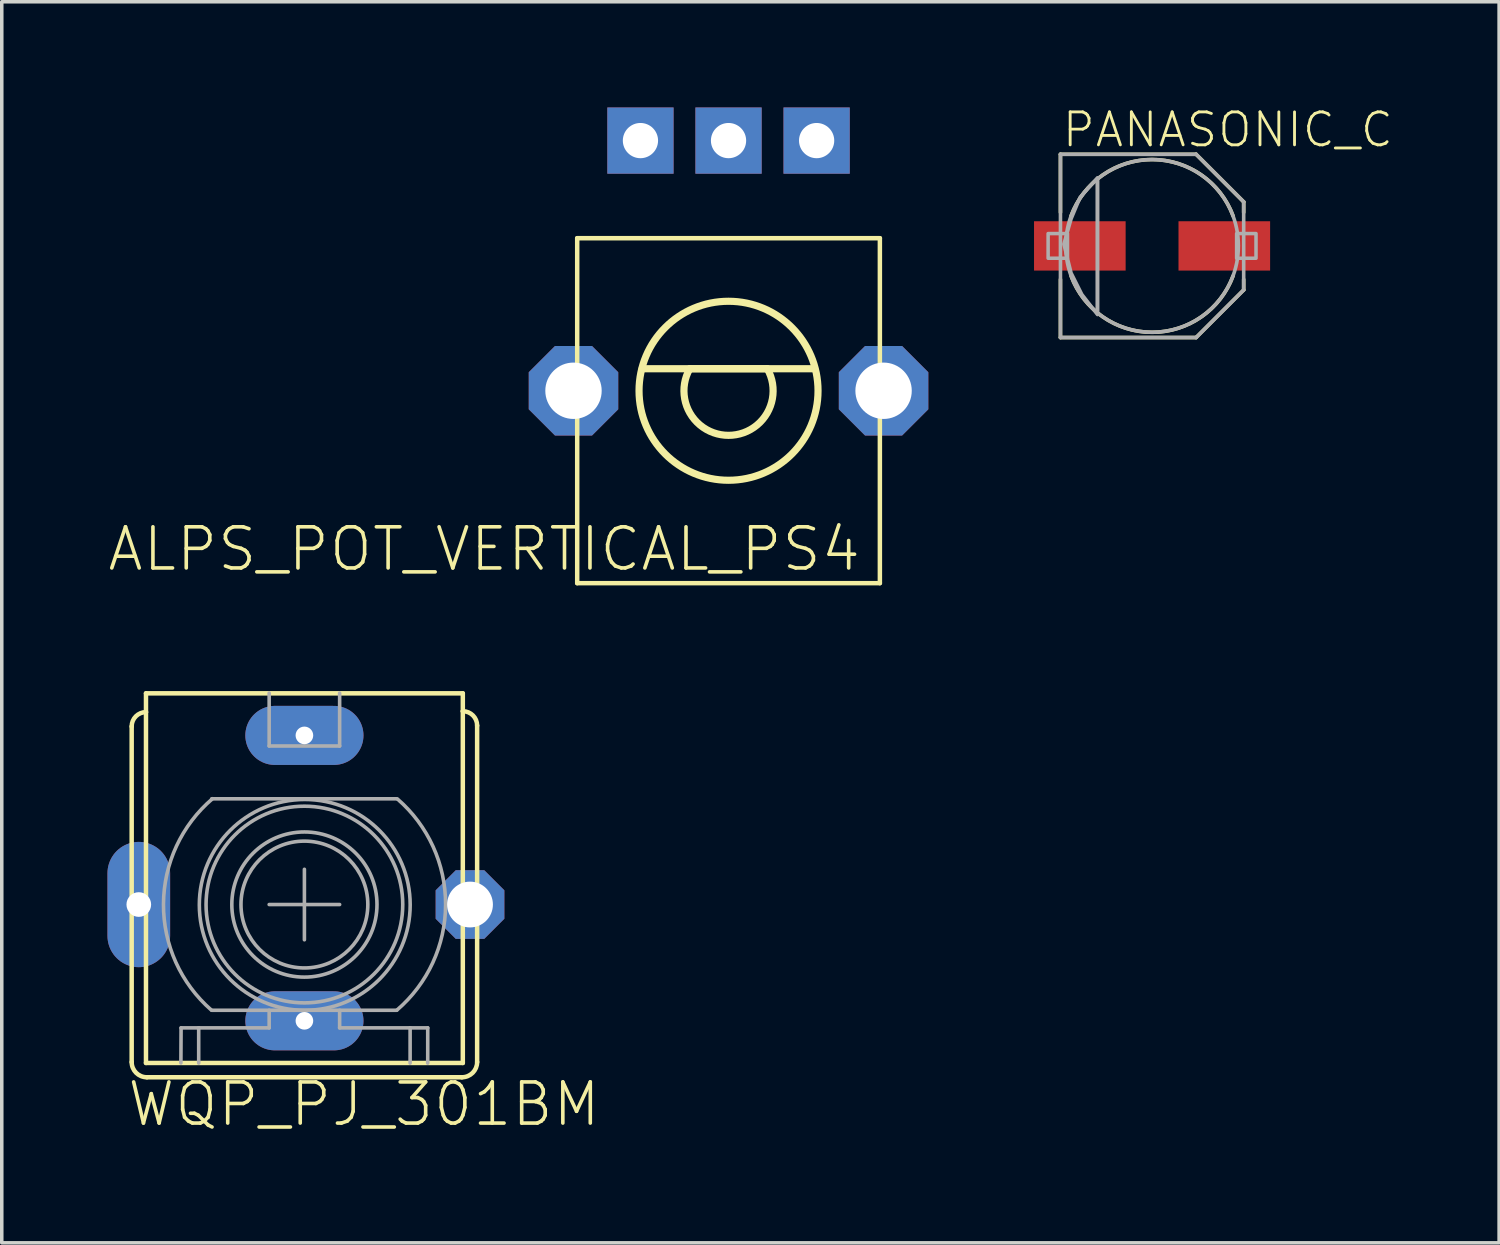
<source format=kicad_pcb>
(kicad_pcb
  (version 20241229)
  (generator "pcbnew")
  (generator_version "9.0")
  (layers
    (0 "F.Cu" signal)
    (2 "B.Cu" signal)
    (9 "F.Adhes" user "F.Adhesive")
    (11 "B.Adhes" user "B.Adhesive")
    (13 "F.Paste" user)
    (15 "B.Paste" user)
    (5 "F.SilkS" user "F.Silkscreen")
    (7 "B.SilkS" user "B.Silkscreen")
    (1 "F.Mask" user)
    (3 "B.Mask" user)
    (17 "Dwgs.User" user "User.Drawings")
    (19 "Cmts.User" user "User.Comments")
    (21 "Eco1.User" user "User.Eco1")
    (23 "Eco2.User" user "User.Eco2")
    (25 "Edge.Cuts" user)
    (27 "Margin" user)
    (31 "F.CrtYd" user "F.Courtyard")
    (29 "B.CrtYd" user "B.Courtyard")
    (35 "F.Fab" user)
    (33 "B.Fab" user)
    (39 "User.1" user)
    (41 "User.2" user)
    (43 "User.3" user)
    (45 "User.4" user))
  (footprint "PANASONIC_C"
    (layer "F.Cu")
    (at 29.646 3.929)
    (property "Reference" "PANASONIC_C" (at -2.6 -2.75 0) (layer "F.SilkS") (effects (font (size 0.935 0.935) (thickness 0.081)) (justify left bottom)))
    (fp_line (start -2.6 -2.6) (end 1.25 -2.6) (stroke (width 0.102) (type solid)) (layer "F.SilkS"))
    (fp_line (start -2.6 -0.95) (end -2.6 -2.6) (stroke (width 0.102) (type solid)) (layer "F.SilkS"))
    (fp_line (start -2.6 2.6) (end -2.6 0.95) (stroke (width 0.102) (type solid)) (layer "F.SilkS"))
    (fp_line (start 1.25 -2.6) (end 2.6 -1.25) (stroke (width 0.102) (type solid)) (layer "F.SilkS"))
    (fp_line (start 1.25 2.6) (end -2.6 2.6) (stroke (width 0.102) (type solid)) (layer "F.SilkS"))
    (fp_line (start 2.6 -1.25) (end 2.6 -0.95) (stroke (width 0.102) (type solid)) (layer "F.SilkS"))
    (fp_line (start 2.6 0.95) (end 2.6 1.25) (stroke (width 0.102) (type solid)) (layer "F.SilkS"))
    (fp_line (start 2.6 1.25) (end 1.25 2.6) (stroke (width 0.102) (type solid)) (layer "F.SilkS"))
    (fp_arc (start -2.3 -0.85) (mid 0 -2.45204) (end 2.3 -0.85) (stroke (width 0.1016) (type solid)) (layer "F.SilkS"))
    (fp_arc (start 2.3 0.85) (mid 0 2.45204) (end -2.3 0.85) (stroke (width 0.1016) (type solid)) (layer "F.SilkS"))
    (fp_line (start -2.6 -2.6) (end 1.25 -2.6) (stroke (width 0.102) (type solid)) (layer "F.Fab"))
    (fp_line (start -2.6 2.6) (end -2.6 -2.6) (stroke (width 0.102) (type solid)) (layer "F.Fab"))
    (fp_line (start -1.55 -1.85) (end -1.55 1.85) (stroke (width 0.102) (type solid)) (layer "F.Fab"))
    (fp_line (start 1.25 -2.6) (end 2.6 -1.25) (stroke (width 0.102) (type solid)) (layer "F.Fab"))
    (fp_line (start 1.25 2.6) (end -2.6 2.6) (stroke (width 0.102) (type solid)) (layer "F.Fab"))
    (fp_line (start 2.6 -1.25) (end 2.6 1.25) (stroke (width 0.102) (type solid)) (layer "F.Fab"))
    (fp_line (start 2.6 1.25) (end 1.25 2.6) (stroke (width 0.102) (type solid)) (layer "F.Fab"))
    (fp_circle (center 0 0) (end 2.45 0) (stroke (width 0.102) (type solid)) (fill no) (layer "F.Fab"))
    (fp_poly (pts (xy -2.95 0.35) (xy -2.4 0.35) (xy -2.4 -0.35) (xy -2.95 -0.35)) (stroke (width 0.1) (type solid)) (fill no) (layer "F.Fab"))
    (fp_poly (pts (xy 2.4 0.35) (xy 2.95 0.35) (xy 2.95 -0.35) (xy 2.4 -0.35)) (stroke (width 0.1) (type solid)) (fill no) (layer "F.Fab"))
    (fp_poly (pts (xy -1.549 1.948) (xy -1.993 1.377) (xy -2.298 0.768) (xy -2.503 -0.051) (xy -2.298 -0.767) (xy -2.044 -1.377) (xy -1.549 -1.934)) (stroke (width 0.1) (type solid)) (fill no) (layer "F.Fab"))
    (pad "+" smd rect (at 2.05 0) (size 2.6 1.4) (layers "F.Cu" "F.Mask" "F.Paste"))
    (pad "-" smd rect (at -2.05 0) (size 2.6 1.4) (layers "F.Cu" "F.Mask" "F.Paste")))
  (footprint "ALPS_POT_VERTICAL_PS4"
    (layer "F.Cu")
    (at 17.626 8.04)
    (property "Reference" "ALPS_POT_VERTICAL_PS4" (at 3.81 3.81 0) (layer "F.SilkS") (effects (font (size 1.168 1.168) (thickness 0.102)) (justify right top)))
    (fp_line (start -4.295 -4.33) (end 4.295 -4.33) (stroke (width 0.127) (type solid)) (layer "F.SilkS"))
    (fp_line (start -4.295 5.46) (end -4.295 -4.33) (stroke (width 0.127) (type solid)) (layer "F.SilkS"))
    (fp_line (start -2.45 -0.625) (end 2.425 -0.625) (stroke (width 0.203) (type solid)) (layer "F.SilkS"))
    (fp_line (start -1.1 -0.625) (end 1.1 -0.625) (stroke (width 0.203) (type solid)) (layer "F.SilkS"))
    (fp_line (start 4.295 -4.33) (end 4.295 5.46) (stroke (width 0.127) (type solid)) (layer "F.SilkS"))
    (fp_line (start 4.295 5.46) (end -4.295 5.46) (stroke (width 0.127) (type solid)) (layer "F.SilkS"))
    (fp_arc (start 1.1 -0.625) (mid 0 1.265158) (end -1.1 -0.625) (stroke (width 0.2032) (type solid)) (layer "F.SilkS"))
    (fp_circle (center 0 0) (end 2.54 0) (stroke (width 0.203) (type solid)) (fill no) (layer "F.SilkS"))
    (pad "P$1" thru_hole rect (at -2.5 -7.1 270) (size 1.88 1.88) (drill 1) (layers "*.Cu" "*.Mask"))
    (pad "P$2" thru_hole rect (at 0 -7.1 270) (size 1.88 1.88) (drill 1) (layers "*.Cu" "*.Mask"))
    (pad "P$3" thru_hole rect (at 2.5 -7.1 270) (size 1.88 1.88) (drill 1) (layers "*.Cu" "*.Mask"))
    (pad "P$4" thru_hole roundrect (at -4.4 0 270) (size 2.54 2.54) (drill 1.6) (layers "*.Cu" "*.Mask") (roundrect_rratio 0.25) (chamfer_ratio 0.293) (chamfer top_left top_right bottom_left bottom_right))
    (pad "P$5" thru_hole roundrect (at 4.4 0 270) (size 2.54 2.54) (drill 1.6) (layers "*.Cu" "*.Mask") (roundrect_rratio 0.25) (chamfer_ratio 0.293) (chamfer top_left top_right bottom_left bottom_right)))
  (footprint "WQP_PJ_301BM"
    (layer "F.Cu")
    (at 5.589 22.621)
    (property "Reference" "WQP_PJ_301BM" (at -5.08 6.35 0) (layer "F.SilkS") (effects (font (size 1.168 1.168) (thickness 0.102)) (justify left bottom)))
    (fp_line (start -4.902 4.47) (end -4.902 -5.055) (stroke (width 0.127) (type solid)) (layer "F.SilkS"))
    (fp_line (start -4.496 -5.994) (end 4.496 -5.994) (stroke (width 0.127) (type solid)) (layer "F.SilkS"))
    (fp_line (start -4.496 -5.461) (end -4.496 -5.994) (stroke (width 0.127) (type solid)) (layer "F.SilkS"))
    (fp_line (start -4.496 4.496) (end -4.496 -5.461) (stroke (width 0.127) (type solid)) (layer "F.SilkS"))
    (fp_line (start 4.47 4.902) (end -4.47 4.902) (stroke (width 0.127) (type solid)) (layer "F.SilkS"))
    (fp_line (start 4.496 -5.994) (end 4.496 -5.486) (stroke (width 0.127) (type solid)) (layer "F.SilkS"))
    (fp_line (start 4.496 -5.486) (end 4.496 4.496) (stroke (width 0.127) (type solid)) (layer "F.SilkS"))
    (fp_line (start 4.496 4.496) (end -4.496 4.496) (stroke (width 0.127) (type solid)) (layer "F.SilkS"))
    (fp_line (start 4.902 -5.08) (end 4.902 4.47) (stroke (width 0.127) (type solid)) (layer "F.SilkS"))
    (fp_arc (start -4.9022 -5.0546) (mid -4.783168 -5.341968) (end -4.4958 -5.461) (stroke (width 0.127) (type solid)) (layer "F.SilkS"))
    (fp_arc (start -4.4704 4.9022) (mid -4.775729 4.775729) (end -4.9022 4.4704) (stroke (width 0.127) (type solid)) (layer "F.SilkS"))
    (fp_arc (start 4.4958 -5.4864) (mid 4.783168 -5.367368) (end 4.9022 -5.08) (stroke (width 0.127) (type solid)) (layer "F.SilkS"))
    (fp_arc (start 4.9022 4.4704) (mid 4.775729 4.775729) (end 4.4704 4.9022) (stroke (width 0.127) (type solid)) (layer "F.SilkS"))
    (fp_line (start -3.505 4.496) (end -3.5 3.5) (stroke (width 0.102) (type solid)) (layer "F.Fab"))
    (fp_line (start -3.5 3.5) (end -3 3.5) (stroke (width 0.102) (type solid)) (layer "F.Fab"))
    (fp_line (start -3 3.5) (end -3 4.5) (stroke (width 0.102) (type solid)) (layer "F.Fab"))
    (fp_line (start -3 3.5) (end -1 3.5) (stroke (width 0.102) (type solid)) (layer "F.Fab"))
    (fp_line (start -2.631 -3) (end 2.62 -3) (stroke (width 0.102) (type solid)) (layer "F.Fab"))
    (fp_line (start -2.631 3) (end 2.62 3) (stroke (width 0.102) (type solid)) (layer "F.Fab"))
    (fp_line (start -1 -4.5) (end -1 -6) (stroke (width 0.102) (type solid)) (layer "F.Fab"))
    (fp_line (start -1 0) (end 1 0) (stroke (width 0.102) (type solid)) (layer "F.Fab"))
    (fp_line (start -1 3.5) (end -1 3) (stroke (width 0.102) (type solid)) (layer "F.Fab"))
    (fp_line (start 0 -1) (end 0 1) (stroke (width 0.102) (type solid)) (layer "F.Fab"))
    (fp_line (start 1 -6) (end 1 -4.5) (stroke (width 0.102) (type solid)) (layer "F.Fab"))
    (fp_line (start 1 -4.5) (end -1 -4.5) (stroke (width 0.102) (type solid)) (layer "F.Fab"))
    (fp_line (start 1 3) (end 1 3.5) (stroke (width 0.102) (type solid)) (layer "F.Fab"))
    (fp_line (start 1 3.5) (end 3 3.5) (stroke (width 0.102) (type solid)) (layer "F.Fab"))
    (fp_line (start 3 3.5) (end 3 4.5) (stroke (width 0.102) (type solid)) (layer "F.Fab"))
    (fp_line (start 3 3.5) (end 3.5 3.5) (stroke (width 0.102) (type solid)) (layer "F.Fab"))
    (fp_line (start 3.5 3.5) (end 3.5 4.5) (stroke (width 0.102) (type solid)) (layer "F.Fab"))
    (fp_arc (start -2.641998 2.994) (mid -3.999529 -0.012791) (end -2.608 -3.004) (stroke (width 0.1016) (type solid)) (layer "F.Fab"))
    (fp_arc (start 2.642 -2.994) (mid 4.007235 0.003208) (end 2.628 2.994) (stroke (width 0.1016) (type solid)) (layer "F.Fab"))
    (fp_circle (center 0 0) (end 1.8 0) (stroke (width 0.102) (type solid)) (fill no) (layer "F.Fab"))
    (fp_circle (center 0 0) (end 2.06 0) (stroke (width 0.102) (type solid)) (fill no) (layer "F.Fab"))
    (fp_circle (center 0 0) (end 2.791 0) (stroke (width 0.102) (type solid)) (fill no) (layer "F.Fab"))
    (fp_circle (center 0.01 0.01) (end 3.002 0.01) (stroke (width 0.102) (type solid)) (fill no) (layer "F.Fab"))
    (pad "GND" thru_hole oval (at -4.7 0 90) (size 3.556 1.778) (drill 0.7) (layers "*.Cu" "*.Mask"))
    (pad "GND2" thru_hole roundrect (at 4.7 0) (size 1.95 1.95) (drill 1.3) (layers "*.Cu" "*.Mask") (roundrect_rratio 0.25) (chamfer_ratio 0.293) (chamfer top_left top_right bottom_left bottom_right))
    (pad "SW" thru_hole oval (at 0 3.3) (size 3.353 1.676) (drill 0.5) (layers "*.Cu" "*.Mask"))
    (pad "TIP" thru_hole oval (at 0 -4.8) (size 3.353 1.676) (drill 0.5) (layers "*.Cu" "*.Mask")))
  (gr_rect
    (start -3 -3)
    (end 39.495 32.222)
    (stroke (width 0.1) (type default))
    (fill no)
    (layer "Edge.Cuts")))
</source>
